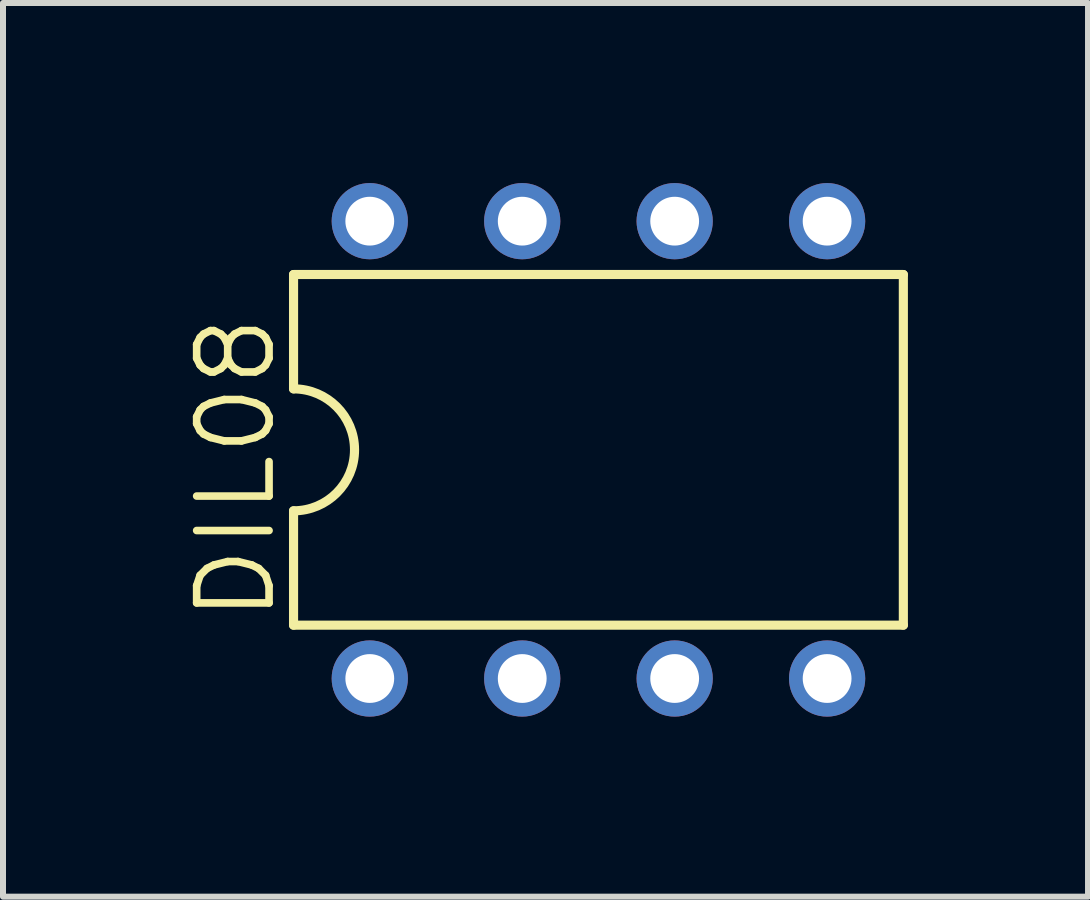
<source format=kicad_pcb>
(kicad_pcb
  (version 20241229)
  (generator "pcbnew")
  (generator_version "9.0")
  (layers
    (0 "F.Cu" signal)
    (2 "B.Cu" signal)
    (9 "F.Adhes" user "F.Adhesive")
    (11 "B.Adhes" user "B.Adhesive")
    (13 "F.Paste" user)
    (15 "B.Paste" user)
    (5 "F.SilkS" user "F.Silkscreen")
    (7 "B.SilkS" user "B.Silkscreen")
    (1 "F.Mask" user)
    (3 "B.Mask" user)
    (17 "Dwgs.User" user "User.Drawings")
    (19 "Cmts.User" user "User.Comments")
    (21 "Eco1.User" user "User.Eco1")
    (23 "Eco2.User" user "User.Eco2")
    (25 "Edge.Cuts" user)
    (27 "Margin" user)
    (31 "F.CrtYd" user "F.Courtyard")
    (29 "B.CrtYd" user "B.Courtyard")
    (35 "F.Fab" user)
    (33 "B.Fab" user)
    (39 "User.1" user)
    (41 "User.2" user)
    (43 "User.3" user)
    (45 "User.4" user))
  (footprint "DIL08"
    (layer "F.Cu")
    (at 6.921 4.445)
    (property "Reference" "DIL08" (at -5.334 2.921 90) (layer "F.SilkS") (effects (font (size 1.206 1.206) (thickness 0.127)) (justify left bottom)))
    (attr through_hole)
    (fp_line (start -5.08 -2.921) (end -5.08 -1.016) (stroke (width 0.152) (type solid)) (layer "F.SilkS"))
    (fp_line (start -5.08 2.921) (end -5.08 1.016) (stroke (width 0.152) (type solid)) (layer "F.SilkS"))
    (fp_line (start -5.08 2.921) (end 5.08 2.921) (stroke (width 0.152) (type solid)) (layer "F.SilkS"))
    (fp_line (start 5.08 -2.921) (end -5.08 -2.921) (stroke (width 0.152) (type solid)) (layer "F.SilkS"))
    (fp_line (start 5.08 -2.921) (end 5.08 2.921) (stroke (width 0.152) (type solid)) (layer "F.SilkS"))
    (fp_arc (start -5.08 -1.016) (mid -4.064 0) (end -5.08 1.016) (stroke (width 0.1524) (type solid)) (layer "F.SilkS"))
    (pad "1" thru_hole circle (at -3.81 3.81 90) (size 1.27 1.27) (drill 0.813) (layers "*.Cu" "*.Mask"))
    (pad "2" thru_hole circle (at -1.27 3.81 90) (size 1.27 1.27) (drill 0.813) (layers "*.Cu" "*.Mask"))
    (pad "3" thru_hole circle (at 1.27 3.81 90) (size 1.27 1.27) (drill 0.813) (layers "*.Cu" "*.Mask"))
    (pad "4" thru_hole circle (at 3.81 3.81 90) (size 1.27 1.27) (drill 0.813) (layers "*.Cu" "*.Mask"))
    (pad "5" thru_hole circle (at 3.81 -3.81 90) (size 1.27 1.27) (drill 0.813) (layers "*.Cu" "*.Mask"))
    (pad "6" thru_hole circle (at 1.27 -3.81 90) (size 1.27 1.27) (drill 0.813) (layers "*.Cu" "*.Mask"))
    (pad "7" thru_hole circle (at -1.27 -3.81 90) (size 1.27 1.27) (drill 0.813) (layers "*.Cu" "*.Mask"))
    (pad "8" thru_hole circle (at -3.81 -3.81 90) (size 1.27 1.27) (drill 0.813) (layers "*.Cu" "*.Mask")))
  (gr_rect
    (start -3 -3)
    (end 15.078 11.89)
    (stroke (width 0.1) (type default))
    (fill no)
    (layer "Edge.Cuts")))
</source>
